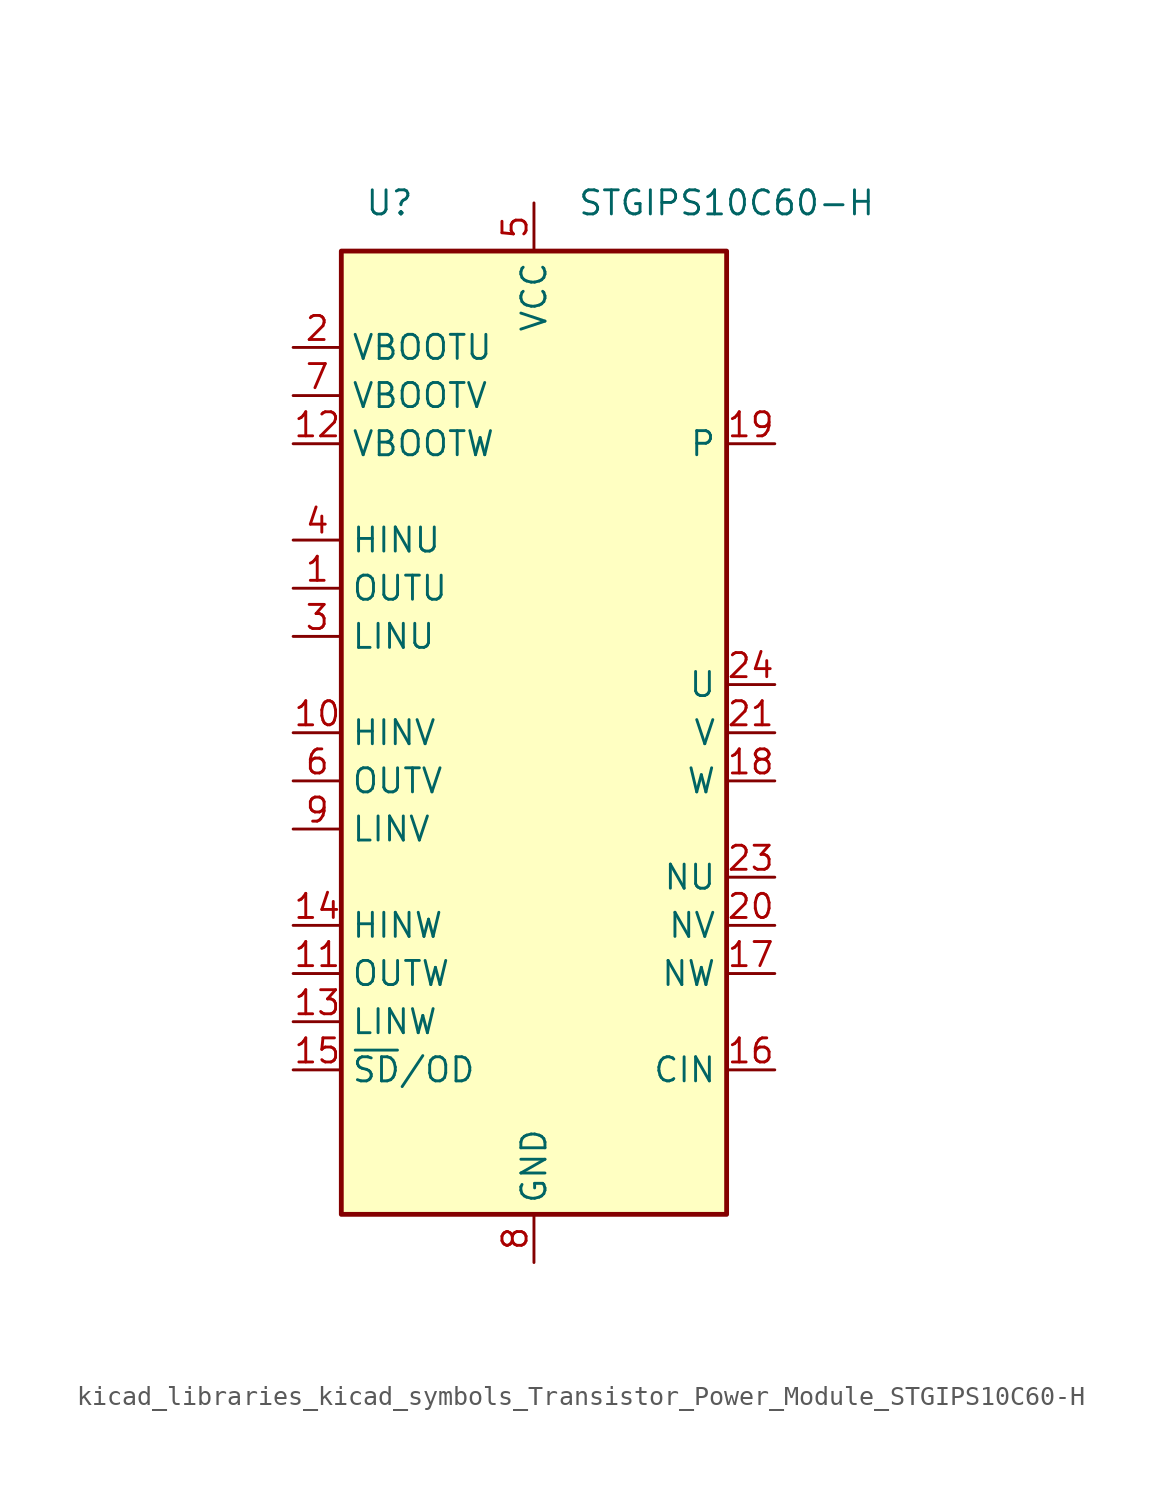
<source format=kicad_sym>
(kicad_symbol_lib
  (version 20220914)
  (generator kicad_symbol_editor)
  (symbol "kicad_libraries_kicad_symbols_Transistor_Power_Module_STGIPS10C60-H"
    (property "Reference" "U"
      (at -7.62 27.94 0)
      (effects (font (size 1.27 1.27))))
    (property "Value" "STGIPS10C60-H"
      (at 10.16 27.94 0)
      (effects (font (size 1.27 1.27))))
    (symbol "kicad_libraries_kicad_symbols_Transistor_Power_Module_STGIPS10C60-H_1_1"
      (rectangle (start -10.16 25.4) (end 10.16 -25.4) (stroke (width 0.254) (type default)) (fill (type background)))
      (pin output line (at -12.7 7.62 0) (length 2.54) (name "OUTU" (effects (font (size 1.27 1.27)))) (number "1" (effects (font (size 1.27 1.27)))))
      (pin input line (at -12.7 0 0) (length 2.54) (name "HINV" (effects (font (size 1.27 1.27)))) (number "10" (effects (font (size 1.27 1.27)))))
      (pin output line (at -12.7 -12.7 0) (length 2.54) (name "OUTW" (effects (font (size 1.27 1.27)))) (number "11" (effects (font (size 1.27 1.27)))))
      (pin passive line (at -12.7 15.24 0) (length 2.54) (name "VBOOTW" (effects (font (size 1.27 1.27)))) (number "12" (effects (font (size 1.27 1.27)))))
      (pin input line (at -12.7 -15.24 0) (length 2.54) (name "LINW" (effects (font (size 1.27 1.27)))) (number "13" (effects (font (size 1.27 1.27)))))
      (pin input line (at -12.7 -10.16 0) (length 2.54) (name "HINW" (effects (font (size 1.27 1.27)))) (number "14" (effects (font (size 1.27 1.27)))))
      (pin input line (at -12.7 -17.78 0) (length 2.54) (name "~{SD}/OD" (effects (font (size 1.27 1.27)))) (number "15" (effects (font (size 1.27 1.27)))))
      (pin input line (at 12.7 -17.78 180) (length 2.54) (name "CIN" (effects (font (size 1.27 1.27)))) (number "16" (effects (font (size 1.27 1.27)))))
      (pin passive line (at 12.7 -12.7 180) (length 2.54) (name "NW" (effects (font (size 1.27 1.27)))) (number "17" (effects (font (size 1.27 1.27)))))
      (pin passive line (at 12.7 -2.54 180) (length 2.54) (name "W" (effects (font (size 1.27 1.27)))) (number "18" (effects (font (size 1.27 1.27)))))
      (pin passive line (at 12.7 15.24 180) (length 2.54) (name "P" (effects (font (size 1.27 1.27)))) (number "19" (effects (font (size 1.27 1.27)))))
      (pin passive line (at -12.7 20.32 0) (length 2.54) (name "VBOOTU" (effects (font (size 1.27 1.27)))) (number "2" (effects (font (size 1.27 1.27)))))
      (pin passive line (at 12.7 -10.16 180) (length 2.54) (name "NV" (effects (font (size 1.27 1.27)))) (number "20" (effects (font (size 1.27 1.27)))))
      (pin passive line (at 12.7 0 180) (length 2.54) (name "V" (effects (font (size 1.27 1.27)))) (number "21" (effects (font (size 1.27 1.27)))))
      (pin passive line (at 12.7 15.24 180) (length 2.54) hide (name "P" (effects (font (size 1.27 1.27)))) (number "22" (effects (font (size 1.27 1.27)))))
      (pin passive line (at 12.7 -7.62 180) (length 2.54) (name "NU" (effects (font (size 1.27 1.27)))) (number "23" (effects (font (size 1.27 1.27)))))
      (pin passive line (at 12.7 2.54 180) (length 2.54) (name "U" (effects (font (size 1.27 1.27)))) (number "24" (effects (font (size 1.27 1.27)))))
      (pin passive line (at 12.7 15.24 180) (length 2.54) hide (name "P" (effects (font (size 1.27 1.27)))) (number "25" (effects (font (size 1.27 1.27)))))
      (pin input line (at -12.7 5.08 0) (length 2.54) (name "LINU" (effects (font (size 1.27 1.27)))) (number "3" (effects (font (size 1.27 1.27)))))
      (pin input line (at -12.7 10.16 0) (length 2.54) (name "HINU" (effects (font (size 1.27 1.27)))) (number "4" (effects (font (size 1.27 1.27)))))
      (pin power_in line (at 0 27.94 270) (length 2.54) (name "VCC" (effects (font (size 1.27 1.27)))) (number "5" (effects (font (size 1.27 1.27)))))
      (pin output line (at -12.7 -2.54 0) (length 2.54) (name "OUTV" (effects (font (size 1.27 1.27)))) (number "6" (effects (font (size 1.27 1.27)))))
      (pin passive line (at -12.7 17.78 0) (length 2.54) (name "VBOOTV" (effects (font (size 1.27 1.27)))) (number "7" (effects (font (size 1.27 1.27)))))
      (pin power_in line (at 0 -27.94 90) (length 2.54) (name "GND" (effects (font (size 1.27 1.27)))) (number "8" (effects (font (size 1.27 1.27)))))
      (pin input line (at -12.7 -5.08 0) (length 2.54) (name "LINV" (effects (font (size 1.27 1.27)))) (number "9" (effects (font (size 1.27 1.27))))))))
</source>
